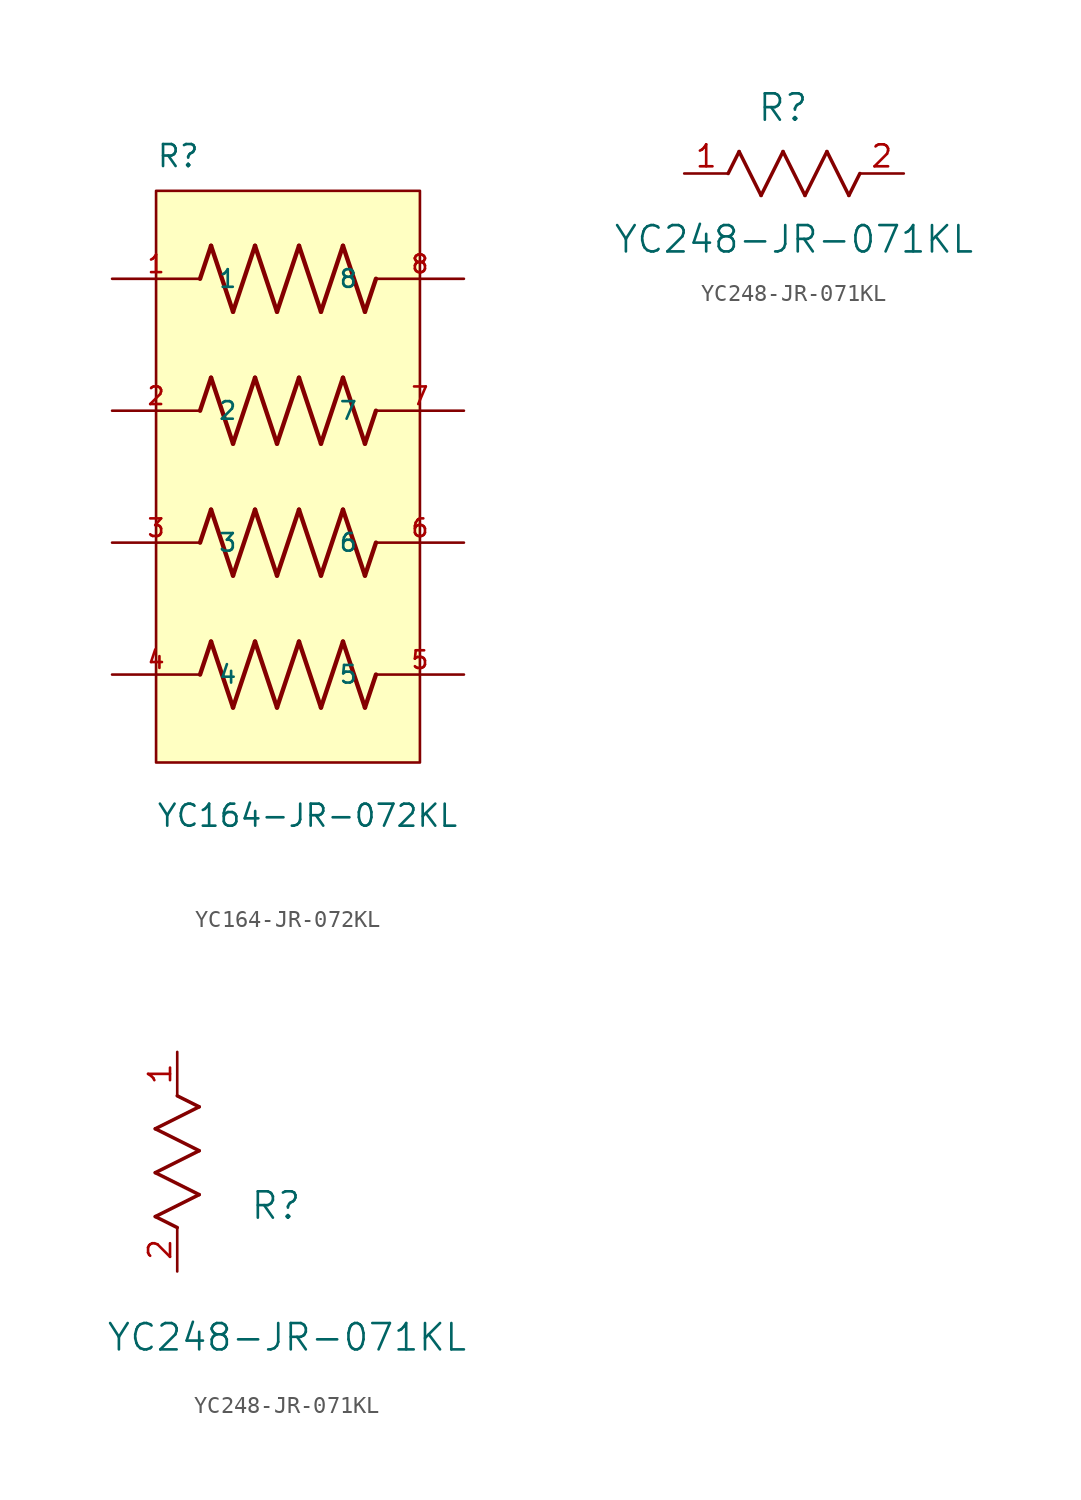
<source format=kicad_sym>
(kicad_symbol_lib
  (version 20231120)
  (generator "kicad_symbol_editor")
  (generator_version "8.0")
  (symbol "YC164-JR-072KL"
    (pin_names
      (offset 1.016))
    (property "Reference" "R"
      (at -7.62 16.51 0)
      (effects (font (size 1.27 1.27)) (justify left bottom)))
    (property "Value" "YC164-JR-072KL"
      (at -7.62 -21.59 0)
      (effects (font (size 1.27 1.27)) (justify left bottom)))
    (symbol "YC164-JR-072KL_0_0"
      (rectangle (start -7.62 -17.78) (end 7.62 15.24) (stroke (width 0.152) (type default)) (fill (type background)))
      (polyline (pts (xy -5.08 -12.7) (xy -4.445 -10.795)) (stroke (width 0.254) (type default)) (fill (type none)))
      (polyline (pts (xy -5.08 -5.08) (xy -4.445 -3.175)) (stroke (width 0.254) (type default)) (fill (type none)))
      (polyline (pts (xy -5.08 2.54) (xy -4.445 4.445)) (stroke (width 0.254) (type default)) (fill (type none)))
      (polyline (pts (xy -5.08 10.16) (xy -4.445 12.065)) (stroke (width 0.254) (type default)) (fill (type none)))
      (polyline (pts (xy -4.445 -10.795) (xy -3.175 -14.605)) (stroke (width 0.254) (type default)) (fill (type none)))
      (polyline (pts (xy -4.445 -3.175) (xy -3.175 -6.985)) (stroke (width 0.254) (type default)) (fill (type none)))
      (polyline (pts (xy -4.445 4.445) (xy -3.175 0.635)) (stroke (width 0.254) (type default)) (fill (type none)))
      (polyline (pts (xy -4.445 12.065) (xy -3.175 8.255)) (stroke (width 0.254) (type default)) (fill (type none)))
      (polyline (pts (xy -3.175 -14.605) (xy -1.905 -10.795)) (stroke (width 0.254) (type default)) (fill (type none)))
      (polyline (pts (xy -3.175 -6.985) (xy -1.905 -3.175)) (stroke (width 0.254) (type default)) (fill (type none)))
      (polyline (pts (xy -3.175 0.635) (xy -1.905 4.445)) (stroke (width 0.254) (type default)) (fill (type none)))
      (polyline (pts (xy -3.175 8.255) (xy -1.905 12.065)) (stroke (width 0.254) (type default)) (fill (type none)))
      (polyline (pts (xy -1.905 -10.795) (xy -0.635 -14.605)) (stroke (width 0.254) (type default)) (fill (type none)))
      (polyline (pts (xy -1.905 -3.175) (xy -0.635 -6.985)) (stroke (width 0.254) (type default)) (fill (type none)))
      (polyline (pts (xy -1.905 4.445) (xy -0.635 0.635)) (stroke (width 0.254) (type default)) (fill (type none)))
      (polyline (pts (xy -1.905 12.065) (xy -0.635 8.255)) (stroke (width 0.254) (type default)) (fill (type none)))
      (polyline (pts (xy -0.635 -14.605) (xy 0.635 -10.795)) (stroke (width 0.254) (type default)) (fill (type none)))
      (polyline (pts (xy -0.635 -6.985) (xy 0.635 -3.175)) (stroke (width 0.254) (type default)) (fill (type none)))
      (polyline (pts (xy -0.635 0.635) (xy 0.635 4.445)) (stroke (width 0.254) (type default)) (fill (type none)))
      (polyline (pts (xy -0.635 8.255) (xy 0.635 12.065)) (stroke (width 0.254) (type default)) (fill (type none)))
      (polyline (pts (xy 0.635 -10.795) (xy 1.905 -14.605)) (stroke (width 0.254) (type default)) (fill (type none)))
      (polyline (pts (xy 0.635 -3.175) (xy 1.905 -6.985)) (stroke (width 0.254) (type default)) (fill (type none)))
      (polyline (pts (xy 0.635 4.445) (xy 1.905 0.635)) (stroke (width 0.254) (type default)) (fill (type none)))
      (polyline (pts (xy 0.635 12.065) (xy 1.905 8.255)) (stroke (width 0.254) (type default)) (fill (type none)))
      (polyline (pts (xy 1.905 -14.605) (xy 3.175 -10.795)) (stroke (width 0.254) (type default)) (fill (type none)))
      (polyline (pts (xy 1.905 -6.985) (xy 3.175 -3.175)) (stroke (width 0.254) (type default)) (fill (type none)))
      (polyline (pts (xy 1.905 0.635) (xy 3.175 4.445)) (stroke (width 0.254) (type default)) (fill (type none)))
      (polyline (pts (xy 1.905 8.255) (xy 3.175 12.065)) (stroke (width 0.254) (type default)) (fill (type none)))
      (polyline (pts (xy 3.175 -10.795) (xy 4.445 -14.605)) (stroke (width 0.254) (type default)) (fill (type none)))
      (polyline (pts (xy 3.175 -3.175) (xy 4.445 -6.985)) (stroke (width 0.254) (type default)) (fill (type none)))
      (polyline (pts (xy 3.175 4.445) (xy 4.445 0.635)) (stroke (width 0.254) (type default)) (fill (type none)))
      (polyline (pts (xy 3.175 12.065) (xy 4.445 8.255)) (stroke (width 0.254) (type default)) (fill (type none)))
      (polyline (pts (xy 4.445 -14.605) (xy 5.08 -12.7)) (stroke (width 0.254) (type default)) (fill (type none)))
      (polyline (pts (xy 4.445 -6.985) (xy 5.08 -5.08)) (stroke (width 0.254) (type default)) (fill (type none)))
      (polyline (pts (xy 4.445 0.635) (xy 5.08 2.54)) (stroke (width 0.254) (type default)) (fill (type none)))
      (polyline (pts (xy 4.445 8.255) (xy 5.08 10.16)) (stroke (width 0.254) (type default)) (fill (type none)))
      (pin passive line (at -10.16 10.16 0) (length 5.08) (name "1" (effects (font (size 1.016 1.016)))) (number "1" (effects (font (size 1.016 1.016)))))
      (pin passive line (at -10.16 2.54 0) (length 5.08) (name "2" (effects (font (size 1.016 1.016)))) (number "2" (effects (font (size 1.016 1.016)))))
      (pin passive line (at -10.16 -5.08 0) (length 5.08) (name "3" (effects (font (size 1.016 1.016)))) (number "3" (effects (font (size 1.016 1.016)))))
      (pin passive line (at -10.16 -12.7 0) (length 5.08) (name "4" (effects (font (size 1.016 1.016)))) (number "4" (effects (font (size 1.016 1.016)))))
      (pin passive line (at 10.16 -12.7 180) (length 5.08) (name "5" (effects (font (size 1.016 1.016)))) (number "5" (effects (font (size 1.016 1.016)))))
      (pin passive line (at 10.16 -5.08 180) (length 5.08) (name "6" (effects (font (size 1.016 1.016)))) (number "6" (effects (font (size 1.016 1.016)))))
      (pin passive line (at 10.16 2.54 180) (length 5.08) (name "7" (effects (font (size 1.016 1.016)))) (number "7" (effects (font (size 1.016 1.016)))))
      (pin passive line (at 10.16 10.16 180) (length 5.08) (name "8" (effects (font (size 1.016 1.016)))) (number "8" (effects (font (size 1.016 1.016)))))))
  (symbol "YC248-JR-071KL"
    (pin_names
      (offset 0.254))
    (property "Reference" "R"
      (at 5.715 3.81 0)
      (effects (font (size 1.524 1.524))))
    (property "Value" "YC248-JR-071KL"
      (at 6.35 -3.81 0)
      (effects (font (size 1.524 1.524))))
    (property "ki_locked" ""
      (at 0 0 0)
      (effects (font (size 1.27 1.27))))
    (symbol "YC248-JR-071KL_1_1"
      (polyline (pts (xy 2.54 0) (xy 3.175 1.27)) (stroke (width 0.203) (type default)) (fill (type none)))
      (polyline (pts (xy 3.175 1.27) (xy 4.445 -1.27)) (stroke (width 0.203) (type default)) (fill (type none)))
      (polyline (pts (xy 4.445 -1.27) (xy 5.715 1.27)) (stroke (width 0.203) (type default)) (fill (type none)))
      (polyline (pts (xy 5.715 1.27) (xy 6.985 -1.27)) (stroke (width 0.203) (type default)) (fill (type none)))
      (polyline (pts (xy 6.985 -1.27) (xy 8.255 1.27)) (stroke (width 0.203) (type default)) (fill (type none)))
      (polyline (pts (xy 8.255 1.27) (xy 9.525 -1.27)) (stroke (width 0.203) (type default)) (fill (type none)))
      (polyline (pts (xy 9.525 -1.27) (xy 10.16 0)) (stroke (width 0.203) (type default)) (fill (type none)))
      (pin unspecified line (at 0 0 0) (length 2.54) (name "" (effects (font (size 1.27 1.27)))) (number "1" (effects (font (size 1.27 1.27)))))
      (pin unspecified line (at 12.7 0 180) (length 2.54) (name "" (effects (font (size 1.27 1.27)))) (number "2" (effects (font (size 1.27 1.27))))))
    (symbol "YC248-JR-071KL_1_2"
      (polyline (pts (xy -1.27 3.175) (xy 1.27 4.445)) (stroke (width 0.203) (type default)) (fill (type none)))
      (polyline (pts (xy -1.27 5.715) (xy 1.27 6.985)) (stroke (width 0.203) (type default)) (fill (type none)))
      (polyline (pts (xy -1.27 8.255) (xy 1.27 9.525)) (stroke (width 0.203) (type default)) (fill (type none)))
      (polyline (pts (xy 0 2.54) (xy -1.27 3.175)) (stroke (width 0.203) (type default)) (fill (type none)))
      (polyline (pts (xy 1.27 4.445) (xy -1.27 5.715)) (stroke (width 0.203) (type default)) (fill (type none)))
      (polyline (pts (xy 1.27 6.985) (xy -1.27 8.255)) (stroke (width 0.203) (type default)) (fill (type none)))
      (polyline (pts (xy 1.27 9.525) (xy 0 10.16)) (stroke (width 0.203) (type default)) (fill (type none)))
      (pin unspecified line (at 0 12.7 270) (length 2.54) (name "" (effects (font (size 1.27 1.27)))) (number "1" (effects (font (size 1.27 1.27)))))
      (pin unspecified line (at 0 0 90) (length 2.54) (name "" (effects (font (size 1.27 1.27)))) (number "2" (effects (font (size 1.27 1.27))))))))
</source>
